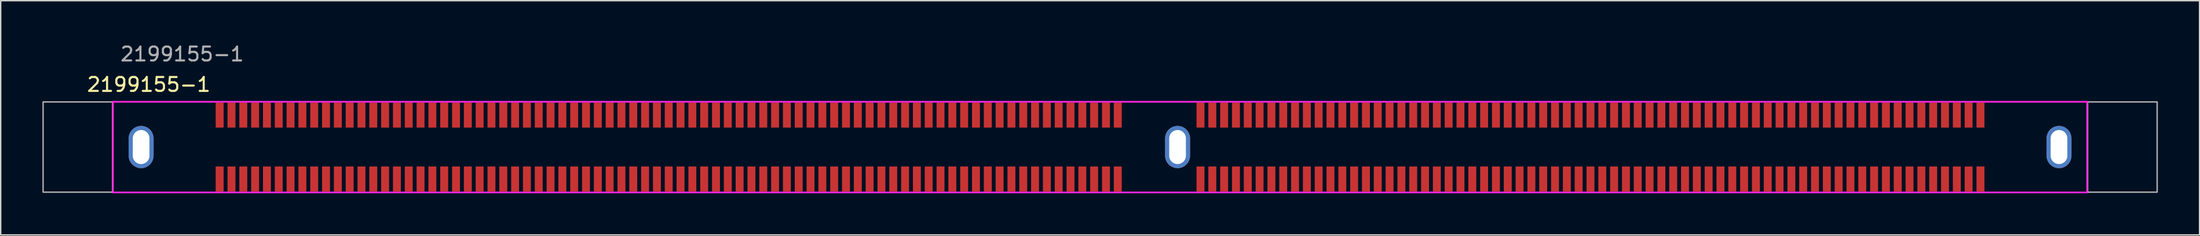
<source format=kicad_pcb>
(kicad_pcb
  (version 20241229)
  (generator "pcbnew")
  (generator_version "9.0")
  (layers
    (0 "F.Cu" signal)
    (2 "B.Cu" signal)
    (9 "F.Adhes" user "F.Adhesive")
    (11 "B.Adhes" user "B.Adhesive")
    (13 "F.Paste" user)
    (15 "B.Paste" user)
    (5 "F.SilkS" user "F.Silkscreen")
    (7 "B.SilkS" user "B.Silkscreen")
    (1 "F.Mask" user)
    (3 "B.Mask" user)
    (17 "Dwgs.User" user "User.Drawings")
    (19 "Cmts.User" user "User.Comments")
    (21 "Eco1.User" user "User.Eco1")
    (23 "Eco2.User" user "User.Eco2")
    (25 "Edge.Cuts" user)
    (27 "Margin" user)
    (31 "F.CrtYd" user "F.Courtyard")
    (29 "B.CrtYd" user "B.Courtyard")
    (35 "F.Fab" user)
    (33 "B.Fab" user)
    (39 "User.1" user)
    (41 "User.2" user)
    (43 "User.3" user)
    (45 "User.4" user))
  (footprint "2199155-1"
    (layer "F.Cu")
    (at 12.75 9.841)
    (property "Reference" "2199155-1" (at -5.1 -6.8 0) (layer "F.SilkS") (effects (font (size 1 1) (thickness 0.15))))
    (attr through_hole)
    (fp_line (start -7.675 -5.56) (end -7.675 0.97) (stroke (width 0.12) (type solid)) (layer "F.CrtYd"))
    (fp_line (start -7.675 -5.56) (end 134.325 -5.56) (stroke (width 0.12) (type solid)) (layer "F.CrtYd"))
    (fp_line (start -7.675 0.97) (end 134.325 0.97) (stroke (width 0.12) (type solid)) (layer "F.CrtYd"))
    (fp_line (start 134.325 -5.56) (end 134.325 0.97) (stroke (width 0.12) (type solid)) (layer "F.CrtYd"))
    (fp_poly (pts (xy -7.7 0.95) (xy -12.7 0.95) (xy -12.7 -5.55) (xy -7.7 -5.55)) (stroke (width 0.1) (type solid)) (fill no) (layer "F.Fab"))
    (fp_poly (pts (xy 139.36 0.95) (xy 134.36 0.95) (xy 134.36 -5.55) (xy 139.36 -5.55)) (stroke (width 0.1) (type solid)) (fill no) (layer "F.Fab"))
    (fp_text user "2199155-1" (at -2.7 -8.992 0) (layer "F.Fab") (effects (font (size 1 1) (thickness 0.15))))
    (pad "1" smd rect (at 0 0 90) (size 1.8 0.57) (layers "F.Cu" "F.Mask" "F.Paste"))
    (pad "2" smd rect (at 0.85 0 90) (size 1.8 0.57) (layers "F.Cu" "F.Mask" "F.Paste"))
    (pad "3" smd rect (at 1.7 0 90) (size 1.8 0.57) (layers "F.Cu" "F.Mask" "F.Paste"))
    (pad "4" smd rect (at 2.55 0 90) (size 1.8 0.57) (layers "F.Cu" "F.Mask" "F.Paste"))
    (pad "5" smd rect (at 3.4 0 90) (size 1.8 0.57) (layers "F.Cu" "F.Mask" "F.Paste"))
    (pad "6" smd rect (at 4.25 0 90) (size 1.8 0.57) (layers "F.Cu" "F.Mask" "F.Paste"))
    (pad "7" smd rect (at 5.1 0 90) (size 1.8 0.57) (layers "F.Cu" "F.Mask" "F.Paste"))
    (pad "8" smd rect (at 5.95 0 90) (size 1.8 0.57) (layers "F.Cu" "F.Mask" "F.Paste"))
    (pad "9" smd rect (at 6.8 0 90) (size 1.8 0.57) (layers "F.Cu" "F.Mask" "F.Paste"))
    (pad "10" smd rect (at 7.65 0 90) (size 1.8 0.57) (layers "F.Cu" "F.Mask" "F.Paste"))
    (pad "11" smd rect (at 8.5 0 90) (size 1.8 0.57) (layers "F.Cu" "F.Mask" "F.Paste"))
    (pad "12" smd rect (at 9.35 0 90) (size 1.8 0.57) (layers "F.Cu" "F.Mask" "F.Paste"))
    (pad "13" smd rect (at 10.2 0 90) (size 1.8 0.57) (layers "F.Cu" "F.Mask" "F.Paste"))
    (pad "14" smd rect (at 11.05 0 90) (size 1.8 0.57) (layers "F.Cu" "F.Mask" "F.Paste"))
    (pad "15" smd rect (at 11.9 0 90) (size 1.8 0.57) (layers "F.Cu" "F.Mask" "F.Paste"))
    (pad "16" smd rect (at 12.75 0 90) (size 1.8 0.57) (layers "F.Cu" "F.Mask" "F.Paste"))
    (pad "17" smd rect (at 13.6 0 90) (size 1.8 0.57) (layers "F.Cu" "F.Mask" "F.Paste"))
    (pad "18" smd rect (at 14.45 0 90) (size 1.8 0.57) (layers "F.Cu" "F.Mask" "F.Paste"))
    (pad "19" smd rect (at 15.3 0 90) (size 1.8 0.57) (layers "F.Cu" "F.Mask" "F.Paste"))
    (pad "20" smd rect (at 16.15 0 90) (size 1.8 0.57) (layers "F.Cu" "F.Mask" "F.Paste"))
    (pad "21" smd rect (at 17 0 90) (size 1.8 0.57) (layers "F.Cu" "F.Mask" "F.Paste"))
    (pad "22" smd rect (at 17.85 0 90) (size 1.8 0.57) (layers "F.Cu" "F.Mask" "F.Paste"))
    (pad "23" smd rect (at 18.7 0 90) (size 1.8 0.57) (layers "F.Cu" "F.Mask" "F.Paste"))
    (pad "24" smd rect (at 19.55 0 90) (size 1.8 0.57) (layers "F.Cu" "F.Mask" "F.Paste"))
    (pad "25" smd rect (at 20.4 0 90) (size 1.8 0.57) (layers "F.Cu" "F.Mask" "F.Paste"))
    (pad "26" smd rect (at 21.25 0 90) (size 1.8 0.57) (layers "F.Cu" "F.Mask" "F.Paste"))
    (pad "27" smd rect (at 22.1 0 90) (size 1.8 0.57) (layers "F.Cu" "F.Mask" "F.Paste"))
    (pad "28" smd rect (at 22.95 0 90) (size 1.8 0.57) (layers "F.Cu" "F.Mask" "F.Paste"))
    (pad "29" smd rect (at 23.8 0 90) (size 1.8 0.57) (layers "F.Cu" "F.Mask" "F.Paste"))
    (pad "30" smd rect (at 24.65 0 90) (size 1.8 0.57) (layers "F.Cu" "F.Mask" "F.Paste"))
    (pad "31" smd rect (at 25.5 0 90) (size 1.8 0.57) (layers "F.Cu" "F.Mask" "F.Paste"))
    (pad "32" smd rect (at 26.35 0 90) (size 1.8 0.57) (layers "F.Cu" "F.Mask" "F.Paste"))
    (pad "33" smd rect (at 27.2 0 90) (size 1.8 0.57) (layers "F.Cu" "F.Mask" "F.Paste"))
    (pad "34" smd rect (at 28.05 0 90) (size 1.8 0.57) (layers "F.Cu" "F.Mask" "F.Paste"))
    (pad "35" smd rect (at 28.9 0 90) (size 1.8 0.57) (layers "F.Cu" "F.Mask" "F.Paste"))
    (pad "36" smd rect (at 29.75 0 90) (size 1.8 0.57) (layers "F.Cu" "F.Mask" "F.Paste"))
    (pad "37" smd rect (at 30.6 0 90) (size 1.8 0.57) (layers "F.Cu" "F.Mask" "F.Paste"))
    (pad "38" smd rect (at 31.45 0 90) (size 1.8 0.57) (layers "F.Cu" "F.Mask" "F.Paste"))
    (pad "39" smd rect (at 32.3 0 90) (size 1.8 0.57) (layers "F.Cu" "F.Mask" "F.Paste"))
    (pad "40" smd rect (at 33.15 0 90) (size 1.8 0.57) (layers "F.Cu" "F.Mask" "F.Paste"))
    (pad "41" smd rect (at 34 0 90) (size 1.8 0.57) (layers "F.Cu" "F.Mask" "F.Paste"))
    (pad "42" smd rect (at 34.85 0 90) (size 1.8 0.57) (layers "F.Cu" "F.Mask" "F.Paste"))
    (pad "43" smd rect (at 35.7 0 90) (size 1.8 0.57) (layers "F.Cu" "F.Mask" "F.Paste"))
    (pad "44" smd rect (at 36.55 0 90) (size 1.8 0.57) (layers "F.Cu" "F.Mask" "F.Paste"))
    (pad "45" smd rect (at 37.4 0 90) (size 1.8 0.57) (layers "F.Cu" "F.Mask" "F.Paste"))
    (pad "46" smd rect (at 38.25 0 90) (size 1.8 0.57) (layers "F.Cu" "F.Mask" "F.Paste"))
    (pad "47" smd rect (at 39.1 0 90) (size 1.8 0.57) (layers "F.Cu" "F.Mask" "F.Paste"))
    (pad "48" smd rect (at 39.95 0 90) (size 1.8 0.57) (layers "F.Cu" "F.Mask" "F.Paste"))
    (pad "49" smd rect (at 40.8 0 90) (size 1.8 0.57) (layers "F.Cu" "F.Mask" "F.Paste"))
    (pad "50" smd rect (at 41.65 0 90) (size 1.8 0.57) (layers "F.Cu" "F.Mask" "F.Paste"))
    (pad "51" smd rect (at 42.5 0 90) (size 1.8 0.57) (layers "F.Cu" "F.Mask" "F.Paste"))
    (pad "52" smd rect (at 43.35 0 90) (size 1.8 0.57) (layers "F.Cu" "F.Mask" "F.Paste"))
    (pad "53" smd rect (at 44.2 0 90) (size 1.8 0.57) (layers "F.Cu" "F.Mask" "F.Paste"))
    (pad "54" smd rect (at 45.05 0 90) (size 1.8 0.57) (layers "F.Cu" "F.Mask" "F.Paste"))
    (pad "55" smd rect (at 45.9 0 90) (size 1.8 0.57) (layers "F.Cu" "F.Mask" "F.Paste"))
    (pad "56" smd rect (at 46.75 0 90) (size 1.8 0.57) (layers "F.Cu" "F.Mask" "F.Paste"))
    (pad "57" smd rect (at 47.6 0 90) (size 1.8 0.57) (layers "F.Cu" "F.Mask" "F.Paste"))
    (pad "58" smd rect (at 48.45 0 90) (size 1.8 0.57) (layers "F.Cu" "F.Mask" "F.Paste"))
    (pad "59" smd rect (at 49.3 0 90) (size 1.8 0.57) (layers "F.Cu" "F.Mask" "F.Paste"))
    (pad "60" smd rect (at 50.15 0 90) (size 1.8 0.57) (layers "F.Cu" "F.Mask" "F.Paste"))
    (pad "61" smd rect (at 51 0 90) (size 1.8 0.57) (layers "F.Cu" "F.Mask" "F.Paste"))
    (pad "62" smd rect (at 51.85 0 90) (size 1.8 0.57) (layers "F.Cu" "F.Mask" "F.Paste"))
    (pad "63" smd rect (at 52.7 0 90) (size 1.8 0.57) (layers "F.Cu" "F.Mask" "F.Paste"))
    (pad "64" smd rect (at 53.55 0 90) (size 1.8 0.57) (layers "F.Cu" "F.Mask" "F.Paste"))
    (pad "65" smd rect (at 54.4 0 90) (size 1.8 0.57) (layers "F.Cu" "F.Mask" "F.Paste"))
    (pad "66" smd rect (at 55.25 0 90) (size 1.8 0.57) (layers "F.Cu" "F.Mask" "F.Paste"))
    (pad "67" smd rect (at 56.1 0 90) (size 1.8 0.57) (layers "F.Cu" "F.Mask" "F.Paste"))
    (pad "68" smd rect (at 56.95 0 90) (size 1.8 0.57) (layers "F.Cu" "F.Mask" "F.Paste"))
    (pad "69" smd rect (at 57.8 0 90) (size 1.8 0.57) (layers "F.Cu" "F.Mask" "F.Paste"))
    (pad "70" smd rect (at 58.65 0 90) (size 1.8 0.57) (layers "F.Cu" "F.Mask" "F.Paste"))
    (pad "71" smd rect (at 59.5 0 90) (size 1.8 0.57) (layers "F.Cu" "F.Mask" "F.Paste"))
    (pad "72" smd rect (at 60.35 0 90) (size 1.8 0.57) (layers "F.Cu" "F.Mask" "F.Paste"))
    (pad "73" smd rect (at 61.2 0 90) (size 1.8 0.57) (layers "F.Cu" "F.Mask" "F.Paste"))
    (pad "74" smd rect (at 62.05 0 90) (size 1.8 0.57) (layers "F.Cu" "F.Mask" "F.Paste"))
    (pad "75" smd rect (at 62.9 0 90) (size 1.8 0.57) (layers "F.Cu" "F.Mask" "F.Paste"))
    (pad "76" smd rect (at 63.75 0 90) (size 1.8 0.57) (layers "F.Cu" "F.Mask" "F.Paste"))
    (pad "77" smd rect (at 64.6 0 90) (size 1.8 0.57) (layers "F.Cu" "F.Mask" "F.Paste"))
    (pad "78" smd rect (at 70.55 0 90) (size 1.8 0.57) (layers "F.Cu" "F.Mask" "F.Paste"))
    (pad "79" smd rect (at 71.4 0 90) (size 1.8 0.57) (layers "F.Cu" "F.Mask" "F.Paste"))
    (pad "80" smd rect (at 72.25 0 90) (size 1.8 0.57) (layers "F.Cu" "F.Mask" "F.Paste"))
    (pad "81" smd rect (at 73.1 0 90) (size 1.8 0.57) (layers "F.Cu" "F.Mask" "F.Paste"))
    (pad "82" smd rect (at 73.95 0 90) (size 1.8 0.57) (layers "F.Cu" "F.Mask" "F.Paste"))
    (pad "83" smd rect (at 74.8 0 90) (size 1.8 0.57) (layers "F.Cu" "F.Mask" "F.Paste"))
    (pad "84" smd rect (at 75.65 0 90) (size 1.8 0.57) (layers "F.Cu" "F.Mask" "F.Paste"))
    (pad "85" smd rect (at 76.5 0 90) (size 1.8 0.57) (layers "F.Cu" "F.Mask" "F.Paste"))
    (pad "86" smd rect (at 77.35 0 90) (size 1.8 0.57) (layers "F.Cu" "F.Mask" "F.Paste"))
    (pad "87" smd rect (at 78.2 0 90) (size 1.8 0.57) (layers "F.Cu" "F.Mask" "F.Paste"))
    (pad "88" smd rect (at 79.05 0 90) (size 1.8 0.57) (layers "F.Cu" "F.Mask" "F.Paste"))
    (pad "89" smd rect (at 79.9 0 90) (size 1.8 0.57) (layers "F.Cu" "F.Mask" "F.Paste"))
    (pad "90" smd rect (at 80.75 0 90) (size 1.8 0.57) (layers "F.Cu" "F.Mask" "F.Paste"))
    (pad "91" smd rect (at 81.6 0 90) (size 1.8 0.57) (layers "F.Cu" "F.Mask" "F.Paste"))
    (pad "92" smd rect (at 82.45 0 90) (size 1.8 0.57) (layers "F.Cu" "F.Mask" "F.Paste"))
    (pad "93" smd rect (at 83.3 0 90) (size 1.8 0.57) (layers "F.Cu" "F.Mask" "F.Paste"))
    (pad "94" smd rect (at 84.15 0 90) (size 1.8 0.57) (layers "F.Cu" "F.Mask" "F.Paste"))
    (pad "95" smd rect (at 85 0 90) (size 1.8 0.57) (layers "F.Cu" "F.Mask" "F.Paste"))
    (pad "96" smd rect (at 85.85 0 90) (size 1.8 0.57) (layers "F.Cu" "F.Mask" "F.Paste"))
    (pad "97" smd rect (at 86.7 0 90) (size 1.8 0.57) (layers "F.Cu" "F.Mask" "F.Paste"))
    (pad "98" smd rect (at 87.55 0 90) (size 1.8 0.57) (layers "F.Cu" "F.Mask" "F.Paste"))
    (pad "99" smd rect (at 88.4 0 90) (size 1.8 0.57) (layers "F.Cu" "F.Mask" "F.Paste"))
    (pad "100" smd rect (at 89.25 0 90) (size 1.8 0.57) (layers "F.Cu" "F.Mask" "F.Paste"))
    (pad "101" smd rect (at 90.1 0 90) (size 1.8 0.57) (layers "F.Cu" "F.Mask" "F.Paste"))
    (pad "102" smd rect (at 90.95 0 90) (size 1.8 0.57) (layers "F.Cu" "F.Mask" "F.Paste"))
    (pad "103" smd rect (at 91.8 0 90) (size 1.8 0.57) (layers "F.Cu" "F.Mask" "F.Paste"))
    (pad "104" smd rect (at 92.65 0 90) (size 1.8 0.57) (layers "F.Cu" "F.Mask" "F.Paste"))
    (pad "105" smd rect (at 93.5 0 90) (size 1.8 0.57) (layers "F.Cu" "F.Mask" "F.Paste"))
    (pad "106" smd rect (at 94.35 0 90) (size 1.8 0.57) (layers "F.Cu" "F.Mask" "F.Paste"))
    (pad "107" smd rect (at 95.2 0 90) (size 1.8 0.57) (layers "F.Cu" "F.Mask" "F.Paste"))
    (pad "108" smd rect (at 96.05 0 90) (size 1.8 0.57) (layers "F.Cu" "F.Mask" "F.Paste"))
    (pad "109" smd rect (at 96.9 0 90) (size 1.8 0.57) (layers "F.Cu" "F.Mask" "F.Paste"))
    (pad "110" smd rect (at 97.75 0 90) (size 1.8 0.57) (layers "F.Cu" "F.Mask" "F.Paste"))
    (pad "111" smd rect (at 98.6 0 90) (size 1.8 0.57) (layers "F.Cu" "F.Mask" "F.Paste"))
    (pad "112" smd rect (at 99.45 0 90) (size 1.8 0.57) (layers "F.Cu" "F.Mask" "F.Paste"))
    (pad "113" smd rect (at 100.3 0 90) (size 1.8 0.57) (layers "F.Cu" "F.Mask" "F.Paste"))
    (pad "114" smd rect (at 101.15 0 90) (size 1.8 0.57) (layers "F.Cu" "F.Mask" "F.Paste"))
    (pad "115" smd rect (at 102 0 90) (size 1.8 0.57) (layers "F.Cu" "F.Mask" "F.Paste"))
    (pad "116" smd rect (at 102.85 0 90) (size 1.8 0.57) (layers "F.Cu" "F.Mask" "F.Paste"))
    (pad "117" smd rect (at 103.7 0 90) (size 1.8 0.57) (layers "F.Cu" "F.Mask" "F.Paste"))
    (pad "118" smd rect (at 104.55 0 90) (size 1.8 0.57) (layers "F.Cu" "F.Mask" "F.Paste"))
    (pad "119" smd rect (at 105.4 0 90) (size 1.8 0.57) (layers "F.Cu" "F.Mask" "F.Paste"))
    (pad "120" smd rect (at 106.25 0 90) (size 1.8 0.57) (layers "F.Cu" "F.Mask" "F.Paste"))
    (pad "121" smd rect (at 107.1 0 90) (size 1.8 0.57) (layers "F.Cu" "F.Mask" "F.Paste"))
    (pad "122" smd rect (at 107.95 0 90) (size 1.8 0.57) (layers "F.Cu" "F.Mask" "F.Paste"))
    (pad "123" smd rect (at 108.8 0 90) (size 1.8 0.57) (layers "F.Cu" "F.Mask" "F.Paste"))
    (pad "124" smd rect (at 109.65 0 90) (size 1.8 0.57) (layers "F.Cu" "F.Mask" "F.Paste"))
    (pad "125" smd rect (at 110.5 0 90) (size 1.8 0.57) (layers "F.Cu" "F.Mask" "F.Paste"))
    (pad "126" smd rect (at 111.35 0 90) (size 1.8 0.57) (layers "F.Cu" "F.Mask" "F.Paste"))
    (pad "127" smd rect (at 112.2 0 90) (size 1.8 0.57) (layers "F.Cu" "F.Mask" "F.Paste"))
    (pad "128" smd rect (at 113.05 0 90) (size 1.8 0.57) (layers "F.Cu" "F.Mask" "F.Paste"))
    (pad "129" smd rect (at 113.9 0 90) (size 1.8 0.57) (layers "F.Cu" "F.Mask" "F.Paste"))
    (pad "130" smd rect (at 114.75 0 90) (size 1.8 0.57) (layers "F.Cu" "F.Mask" "F.Paste"))
    (pad "131" smd rect (at 115.6 0 90) (size 1.8 0.57) (layers "F.Cu" "F.Mask" "F.Paste"))
    (pad "132" smd rect (at 116.45 0 90) (size 1.8 0.57) (layers "F.Cu" "F.Mask" "F.Paste"))
    (pad "133" smd rect (at 117.3 0 90) (size 1.8 0.57) (layers "F.Cu" "F.Mask" "F.Paste"))
    (pad "134" smd rect (at 118.15 0 90) (size 1.8 0.57) (layers "F.Cu" "F.Mask" "F.Paste"))
    (pad "135" smd rect (at 119 0 90) (size 1.8 0.57) (layers "F.Cu" "F.Mask" "F.Paste"))
    (pad "136" smd rect (at 119.85 0 90) (size 1.8 0.57) (layers "F.Cu" "F.Mask" "F.Paste"))
    (pad "137" smd rect (at 120.7 0 90) (size 1.8 0.57) (layers "F.Cu" "F.Mask" "F.Paste"))
    (pad "138" smd rect (at 121.55 0 90) (size 1.8 0.57) (layers "F.Cu" "F.Mask" "F.Paste"))
    (pad "139" smd rect (at 122.4 0 90) (size 1.8 0.57) (layers "F.Cu" "F.Mask" "F.Paste"))
    (pad "140" smd rect (at 123.25 0 90) (size 1.8 0.57) (layers "F.Cu" "F.Mask" "F.Paste"))
    (pad "141" smd rect (at 124.1 0 90) (size 1.8 0.57) (layers "F.Cu" "F.Mask" "F.Paste"))
    (pad "142" smd rect (at 124.95 0 90) (size 1.8 0.57) (layers "F.Cu" "F.Mask" "F.Paste"))
    (pad "143" smd rect (at 125.8 0 90) (size 1.8 0.57) (layers "F.Cu" "F.Mask" "F.Paste"))
    (pad "144" smd rect (at 126.65 0 90) (size 1.8 0.57) (layers "F.Cu" "F.Mask" "F.Paste"))
    (pad "145" smd rect (at 0 -4.6 90) (size 1.8 0.57) (layers "F.Cu" "F.Mask" "F.Paste"))
    (pad "146" smd rect (at 0.85 -4.6 90) (size 1.8 0.57) (layers "F.Cu" "F.Mask" "F.Paste"))
    (pad "147" smd rect (at 1.7 -4.6 90) (size 1.8 0.57) (layers "F.Cu" "F.Mask" "F.Paste"))
    (pad "148" smd rect (at 2.55 -4.6 90) (size 1.8 0.57) (layers "F.Cu" "F.Mask" "F.Paste"))
    (pad "149" smd rect (at 3.4 -4.6 90) (size 1.8 0.57) (layers "F.Cu" "F.Mask" "F.Paste"))
    (pad "150" smd rect (at 4.25 -4.6 90) (size 1.8 0.57) (layers "F.Cu" "F.Mask" "F.Paste"))
    (pad "151" smd rect (at 5.1 -4.6 90) (size 1.8 0.57) (layers "F.Cu" "F.Mask" "F.Paste"))
    (pad "152" smd rect (at 5.95 -4.6 90) (size 1.8 0.57) (layers "F.Cu" "F.Mask" "F.Paste"))
    (pad "153" smd rect (at 6.8 -4.6 90) (size 1.8 0.57) (layers "F.Cu" "F.Mask" "F.Paste"))
    (pad "154" smd rect (at 7.65 -4.6 90) (size 1.8 0.57) (layers "F.Cu" "F.Mask" "F.Paste"))
    (pad "155" smd rect (at 8.5 -4.6 90) (size 1.8 0.57) (layers "F.Cu" "F.Mask" "F.Paste"))
    (pad "156" smd rect (at 9.35 -4.6 90) (size 1.8 0.57) (layers "F.Cu" "F.Mask" "F.Paste"))
    (pad "157" smd rect (at 10.2 -4.6 90) (size 1.8 0.57) (layers "F.Cu" "F.Mask" "F.Paste"))
    (pad "158" smd rect (at 11.05 -4.6 90) (size 1.8 0.57) (layers "F.Cu" "F.Mask" "F.Paste"))
    (pad "159" smd rect (at 11.9 -4.6 90) (size 1.8 0.57) (layers "F.Cu" "F.Mask" "F.Paste"))
    (pad "160" smd rect (at 12.75 -4.6 90) (size 1.8 0.57) (layers "F.Cu" "F.Mask" "F.Paste"))
    (pad "161" smd rect (at 13.6 -4.6 90) (size 1.8 0.57) (layers "F.Cu" "F.Mask" "F.Paste"))
    (pad "162" smd rect (at 14.45 -4.6 90) (size 1.8 0.57) (layers "F.Cu" "F.Mask" "F.Paste"))
    (pad "163" smd rect (at 15.3 -4.6 90) (size 1.8 0.57) (layers "F.Cu" "F.Mask" "F.Paste"))
    (pad "164" smd rect (at 16.15 -4.6 90) (size 1.8 0.57) (layers "F.Cu" "F.Mask" "F.Paste"))
    (pad "165" smd rect (at 17 -4.6 90) (size 1.8 0.57) (layers "F.Cu" "F.Mask" "F.Paste"))
    (pad "166" smd rect (at 17.85 -4.6 90) (size 1.8 0.57) (layers "F.Cu" "F.Mask" "F.Paste"))
    (pad "167" smd rect (at 18.7 -4.6 90) (size 1.8 0.57) (layers "F.Cu" "F.Mask" "F.Paste"))
    (pad "168" smd rect (at 19.55 -4.6 90) (size 1.8 0.57) (layers "F.Cu" "F.Mask" "F.Paste"))
    (pad "169" smd rect (at 20.4 -4.6 90) (size 1.8 0.57) (layers "F.Cu" "F.Mask" "F.Paste"))
    (pad "170" smd rect (at 21.25 -4.6 90) (size 1.8 0.57) (layers "F.Cu" "F.Mask" "F.Paste"))
    (pad "171" smd rect (at 22.1 -4.6 90) (size 1.8 0.57) (layers "F.Cu" "F.Mask" "F.Paste"))
    (pad "172" smd rect (at 22.95 -4.6 90) (size 1.8 0.57) (layers "F.Cu" "F.Mask" "F.Paste"))
    (pad "173" smd rect (at 23.8 -4.6 90) (size 1.8 0.57) (layers "F.Cu" "F.Mask" "F.Paste"))
    (pad "174" smd rect (at 24.65 -4.6 90) (size 1.8 0.57) (layers "F.Cu" "F.Mask" "F.Paste"))
    (pad "175" smd rect (at 25.5 -4.6 90) (size 1.8 0.57) (layers "F.Cu" "F.Mask" "F.Paste"))
    (pad "176" smd rect (at 26.35 -4.6 90) (size 1.8 0.57) (layers "F.Cu" "F.Mask" "F.Paste"))
    (pad "177" smd rect (at 27.2 -4.6 90) (size 1.8 0.57) (layers "F.Cu" "F.Mask" "F.Paste"))
    (pad "178" smd rect (at 28.05 -4.6 90) (size 1.8 0.57) (layers "F.Cu" "F.Mask" "F.Paste"))
    (pad "179" smd rect (at 28.9 -4.6 90) (size 1.8 0.57) (layers "F.Cu" "F.Mask" "F.Paste"))
    (pad "180" smd rect (at 29.75 -4.6 90) (size 1.8 0.57) (layers "F.Cu" "F.Mask" "F.Paste"))
    (pad "181" smd rect (at 30.6 -4.6 90) (size 1.8 0.57) (layers "F.Cu" "F.Mask" "F.Paste"))
    (pad "182" smd rect (at 31.45 -4.6 90) (size 1.8 0.57) (layers "F.Cu" "F.Mask" "F.Paste"))
    (pad "183" smd rect (at 32.3 -4.6 90) (size 1.8 0.57) (layers "F.Cu" "F.Mask" "F.Paste"))
    (pad "184" smd rect (at 33.15 -4.6 90) (size 1.8 0.57) (layers "F.Cu" "F.Mask" "F.Paste"))
    (pad "185" smd rect (at 34 -4.6 90) (size 1.8 0.57) (layers "F.Cu" "F.Mask" "F.Paste"))
    (pad "186" smd rect (at 34.85 -4.6 90) (size 1.8 0.57) (layers "F.Cu" "F.Mask" "F.Paste"))
    (pad "187" smd rect (at 35.7 -4.6 90) (size 1.8 0.57) (layers "F.Cu" "F.Mask" "F.Paste"))
    (pad "188" smd rect (at 36.55 -4.6 90) (size 1.8 0.57) (layers "F.Cu" "F.Mask" "F.Paste"))
    (pad "189" smd rect (at 37.4 -4.6 90) (size 1.8 0.57) (layers "F.Cu" "F.Mask" "F.Paste"))
    (pad "190" smd rect (at 38.25 -4.6 90) (size 1.8 0.57) (layers "F.Cu" "F.Mask" "F.Paste"))
    (pad "191" smd rect (at 39.1 -4.6 90) (size 1.8 0.57) (layers "F.Cu" "F.Mask" "F.Paste"))
    (pad "192" smd rect (at 39.95 -4.6 90) (size 1.8 0.57) (layers "F.Cu" "F.Mask" "F.Paste"))
    (pad "193" smd rect (at 40.8 -4.6 90) (size 1.8 0.57) (layers "F.Cu" "F.Mask" "F.Paste"))
    (pad "194" smd rect (at 41.65 -4.6 90) (size 1.8 0.57) (layers "F.Cu" "F.Mask" "F.Paste"))
    (pad "195" smd rect (at 42.5 -4.6 90) (size 1.8 0.57) (layers "F.Cu" "F.Mask" "F.Paste"))
    (pad "196" smd rect (at 43.35 -4.6 90) (size 1.8 0.57) (layers "F.Cu" "F.Mask" "F.Paste"))
    (pad "197" smd rect (at 44.2 -4.6 90) (size 1.8 0.57) (layers "F.Cu" "F.Mask" "F.Paste"))
    (pad "198" smd rect (at 45.05 -4.6 90) (size 1.8 0.57) (layers "F.Cu" "F.Mask" "F.Paste"))
    (pad "199" smd rect (at 45.9 -4.6 90) (size 1.8 0.57) (layers "F.Cu" "F.Mask" "F.Paste"))
    (pad "200" smd rect (at 46.75 -4.6 90) (size 1.8 0.57) (layers "F.Cu" "F.Mask" "F.Paste"))
    (pad "201" smd rect (at 47.6 -4.6 90) (size 1.8 0.57) (layers "F.Cu" "F.Mask" "F.Paste"))
    (pad "202" smd rect (at 48.45 -4.6 90) (size 1.8 0.57) (layers "F.Cu" "F.Mask" "F.Paste"))
    (pad "203" smd rect (at 49.3 -4.6 90) (size 1.8 0.57) (layers "F.Cu" "F.Mask" "F.Paste"))
    (pad "204" smd rect (at 50.15 -4.6 90) (size 1.8 0.57) (layers "F.Cu" "F.Mask" "F.Paste"))
    (pad "205" smd rect (at 51 -4.6 90) (size 1.8 0.57) (layers "F.Cu" "F.Mask" "F.Paste"))
    (pad "206" smd rect (at 51.85 -4.6 90) (size 1.8 0.57) (layers "F.Cu" "F.Mask" "F.Paste"))
    (pad "207" smd rect (at 52.7 -4.6 90) (size 1.8 0.57) (layers "F.Cu" "F.Mask" "F.Paste"))
    (pad "208" smd rect (at 53.55 -4.6 90) (size 1.8 0.57) (layers "F.Cu" "F.Mask" "F.Paste"))
    (pad "209" smd rect (at 54.4 -4.6 90) (size 1.8 0.57) (layers "F.Cu" "F.Mask" "F.Paste"))
    (pad "210" smd rect (at 55.25 -4.6 90) (size 1.8 0.57) (layers "F.Cu" "F.Mask" "F.Paste"))
    (pad "211" smd rect (at 56.1 -4.6 90) (size 1.8 0.57) (layers "F.Cu" "F.Mask" "F.Paste"))
    (pad "212" smd rect (at 56.95 -4.6 90) (size 1.8 0.57) (layers "F.Cu" "F.Mask" "F.Paste"))
    (pad "213" smd rect (at 57.8 -4.6 90) (size 1.8 0.57) (layers "F.Cu" "F.Mask" "F.Paste"))
    (pad "214" smd rect (at 58.65 -4.6 90) (size 1.8 0.57) (layers "F.Cu" "F.Mask" "F.Paste"))
    (pad "215" smd rect (at 59.5 -4.6 90) (size 1.8 0.57) (layers "F.Cu" "F.Mask" "F.Paste"))
    (pad "216" smd rect (at 60.35 -4.6 90) (size 1.8 0.57) (layers "F.Cu" "F.Mask" "F.Paste"))
    (pad "217" smd rect (at 61.2 -4.6 90) (size 1.8 0.57) (layers "F.Cu" "F.Mask" "F.Paste"))
    (pad "218" smd rect (at 62.05 -4.6 90) (size 1.8 0.57) (layers "F.Cu" "F.Mask" "F.Paste"))
    (pad "219" smd rect (at 62.9 -4.6 90) (size 1.8 0.57) (layers "F.Cu" "F.Mask" "F.Paste"))
    (pad "220" smd rect (at 63.75 -4.6 90) (size 1.8 0.57) (layers "F.Cu" "F.Mask" "F.Paste"))
    (pad "221" smd rect (at 64.6 -4.6 90) (size 1.8 0.57) (layers "F.Cu" "F.Mask" "F.Paste"))
    (pad "222" smd rect (at 70.55 -4.6 90) (size 1.8 0.57) (layers "F.Cu" "F.Mask" "F.Paste"))
    (pad "223" smd rect (at 71.4 -4.6 90) (size 1.8 0.57) (layers "F.Cu" "F.Mask" "F.Paste"))
    (pad "224" smd rect (at 72.25 -4.6 90) (size 1.8 0.57) (layers "F.Cu" "F.Mask" "F.Paste"))
    (pad "225" smd rect (at 73.1 -4.6 90) (size 1.8 0.57) (layers "F.Cu" "F.Mask" "F.Paste"))
    (pad "226" smd rect (at 73.95 -4.6 90) (size 1.8 0.57) (layers "F.Cu" "F.Mask" "F.Paste"))
    (pad "227" smd rect (at 74.8 -4.6 90) (size 1.8 0.57) (layers "F.Cu" "F.Mask" "F.Paste"))
    (pad "228" smd rect (at 75.65 -4.6 90) (size 1.8 0.57) (layers "F.Cu" "F.Mask" "F.Paste"))
    (pad "229" smd rect (at 76.5 -4.6 90) (size 1.8 0.57) (layers "F.Cu" "F.Mask" "F.Paste"))
    (pad "230" smd rect (at 77.35 -4.6 90) (size 1.8 0.57) (layers "F.Cu" "F.Mask" "F.Paste"))
    (pad "231" smd rect (at 78.2 -4.6 90) (size 1.8 0.57) (layers "F.Cu" "F.Mask" "F.Paste"))
    (pad "232" smd rect (at 79.05 -4.6 90) (size 1.8 0.57) (layers "F.Cu" "F.Mask" "F.Paste"))
    (pad "233" smd rect (at 79.9 -4.6 90) (size 1.8 0.57) (layers "F.Cu" "F.Mask" "F.Paste"))
    (pad "234" smd rect (at 80.75 -4.6 90) (size 1.8 0.57) (layers "F.Cu" "F.Mask" "F.Paste"))
    (pad "235" smd rect (at 81.6 -4.6 90) (size 1.8 0.57) (layers "F.Cu" "F.Mask" "F.Paste"))
    (pad "236" smd rect (at 82.45 -4.6 90) (size 1.8 0.57) (layers "F.Cu" "F.Mask" "F.Paste"))
    (pad "237" smd rect (at 83.3 -4.6 90) (size 1.8 0.57) (layers "F.Cu" "F.Mask" "F.Paste"))
    (pad "238" smd rect (at 84.15 -4.6 90) (size 1.8 0.57) (layers "F.Cu" "F.Mask" "F.Paste"))
    (pad "239" smd rect (at 85 -4.6 90) (size 1.8 0.57) (layers "F.Cu" "F.Mask" "F.Paste"))
    (pad "240" smd rect (at 85.85 -4.6 90) (size 1.8 0.57) (layers "F.Cu" "F.Mask" "F.Paste"))
    (pad "241" smd rect (at 86.7 -4.6 90) (size 1.8 0.57) (layers "F.Cu" "F.Mask" "F.Paste"))
    (pad "242" smd rect (at 87.55 -4.6 90) (size 1.8 0.57) (layers "F.Cu" "F.Mask" "F.Paste"))
    (pad "243" smd rect (at 88.4 -4.6 90) (size 1.8 0.57) (layers "F.Cu" "F.Mask" "F.Paste"))
    (pad "244" smd rect (at 89.25 -4.6 90) (size 1.8 0.57) (layers "F.Cu" "F.Mask" "F.Paste"))
    (pad "245" smd rect (at 90.1 -4.6 90) (size 1.8 0.57) (layers "F.Cu" "F.Mask" "F.Paste"))
    (pad "246" smd rect (at 90.95 -4.6 90) (size 1.8 0.57) (layers "F.Cu" "F.Mask" "F.Paste"))
    (pad "247" smd rect (at 91.8 -4.6 90) (size 1.8 0.57) (layers "F.Cu" "F.Mask" "F.Paste"))
    (pad "248" smd rect (at 92.65 -4.6 90) (size 1.8 0.57) (layers "F.Cu" "F.Mask" "F.Paste"))
    (pad "249" smd rect (at 93.5 -4.6 90) (size 1.8 0.57) (layers "F.Cu" "F.Mask" "F.Paste"))
    (pad "250" smd rect (at 94.35 -4.6 90) (size 1.8 0.57) (layers "F.Cu" "F.Mask" "F.Paste"))
    (pad "251" smd rect (at 95.2 -4.6 90) (size 1.8 0.57) (layers "F.Cu" "F.Mask" "F.Paste"))
    (pad "252" smd rect (at 96.05 -4.6 90) (size 1.8 0.57) (layers "F.Cu" "F.Mask" "F.Paste"))
    (pad "253" smd rect (at 96.9 -4.6 90) (size 1.8 0.57) (layers "F.Cu" "F.Mask" "F.Paste"))
    (pad "254" smd rect (at 97.75 -4.6 90) (size 1.8 0.57) (layers "F.Cu" "F.Mask" "F.Paste"))
    (pad "255" smd rect (at 98.6 -4.6 90) (size 1.8 0.57) (layers "F.Cu" "F.Mask" "F.Paste"))
    (pad "256" smd rect (at 99.45 -4.6 90) (size 1.8 0.57) (layers "F.Cu" "F.Mask" "F.Paste"))
    (pad "257" smd rect (at 100.3 -4.6 90) (size 1.8 0.57) (layers "F.Cu" "F.Mask" "F.Paste"))
    (pad "258" smd rect (at 101.15 -4.6 90) (size 1.8 0.57) (layers "F.Cu" "F.Mask" "F.Paste"))
    (pad "259" smd rect (at 102 -4.6 90) (size 1.8 0.57) (layers "F.Cu" "F.Mask" "F.Paste"))
    (pad "260" smd rect (at 102.85 -4.6 90) (size 1.8 0.57) (layers "F.Cu" "F.Mask" "F.Paste"))
    (pad "261" smd rect (at 103.7 -4.6 90) (size 1.8 0.57) (layers "F.Cu" "F.Mask" "F.Paste"))
    (pad "262" smd rect (at 104.55 -4.6 90) (size 1.8 0.57) (layers "F.Cu" "F.Mask" "F.Paste"))
    (pad "263" smd rect (at 105.4 -4.6 90) (size 1.8 0.57) (layers "F.Cu" "F.Mask" "F.Paste"))
    (pad "264" smd rect (at 106.25 -4.6 90) (size 1.8 0.57) (layers "F.Cu" "F.Mask" "F.Paste"))
    (pad "265" smd rect (at 107.1 -4.6 90) (size 1.8 0.57) (layers "F.Cu" "F.Mask" "F.Paste"))
    (pad "266" smd rect (at 107.95 -4.6 90) (size 1.8 0.57) (layers "F.Cu" "F.Mask" "F.Paste"))
    (pad "267" smd rect (at 108.8 -4.6 90) (size 1.8 0.57) (layers "F.Cu" "F.Mask" "F.Paste"))
    (pad "268" smd rect (at 109.65 -4.6 90) (size 1.8 0.57) (layers "F.Cu" "F.Mask" "F.Paste"))
    (pad "269" smd rect (at 110.5 -4.6 90) (size 1.8 0.57) (layers "F.Cu" "F.Mask" "F.Paste"))
    (pad "270" smd rect (at 111.35 -4.6 90) (size 1.8 0.57) (layers "F.Cu" "F.Mask" "F.Paste"))
    (pad "271" smd rect (at 112.2 -4.6 90) (size 1.8 0.57) (layers "F.Cu" "F.Mask" "F.Paste"))
    (pad "272" smd rect (at 113.05 -4.6 90) (size 1.8 0.57) (layers "F.Cu" "F.Mask" "F.Paste"))
    (pad "273" smd rect (at 113.9 -4.6 90) (size 1.8 0.57) (layers "F.Cu" "F.Mask" "F.Paste"))
    (pad "274" smd rect (at 114.75 -4.6 90) (size 1.8 0.57) (layers "F.Cu" "F.Mask" "F.Paste"))
    (pad "275" smd rect (at 115.6 -4.6 90) (size 1.8 0.57) (layers "F.Cu" "F.Mask" "F.Paste"))
    (pad "276" smd rect (at 116.45 -4.6 90) (size 1.8 0.57) (layers "F.Cu" "F.Mask" "F.Paste"))
    (pad "277" smd rect (at 117.3 -4.6 90) (size 1.8 0.57) (layers "F.Cu" "F.Mask" "F.Paste"))
    (pad "278" smd rect (at 118.15 -4.6 90) (size 1.8 0.57) (layers "F.Cu" "F.Mask" "F.Paste"))
    (pad "279" smd rect (at 119 -4.6 90) (size 1.8 0.57) (layers "F.Cu" "F.Mask" "F.Paste"))
    (pad "280" smd rect (at 119.85 -4.6 90) (size 1.8 0.57) (layers "F.Cu" "F.Mask" "F.Paste"))
    (pad "281" smd rect (at 120.7 -4.6 90) (size 1.8 0.57) (layers "F.Cu" "F.Mask" "F.Paste"))
    (pad "282" smd rect (at 121.55 -4.6 90) (size 1.8 0.57) (layers "F.Cu" "F.Mask" "F.Paste"))
    (pad "283" smd rect (at 122.4 -4.6 90) (size 1.8 0.57) (layers "F.Cu" "F.Mask" "F.Paste"))
    (pad "284" smd rect (at 123.25 -4.6 90) (size 1.8 0.57) (layers "F.Cu" "F.Mask" "F.Paste"))
    (pad "285" smd rect (at 124.1 -4.6 90) (size 1.8 0.57) (layers "F.Cu" "F.Mask" "F.Paste"))
    (pad "286" smd rect (at 124.95 -4.6 90) (size 1.8 0.57) (layers "F.Cu" "F.Mask" "F.Paste"))
    (pad "287" smd rect (at 125.8 -4.6 90) (size 1.8 0.57) (layers "F.Cu" "F.Mask" "F.Paste"))
    (pad "288" smd rect (at 126.65 -4.6 90) (size 1.8 0.57) (layers "F.Cu" "F.Mask" "F.Paste"))
    (pad "M" thru_hole roundrect (at -5.65 -2.3 180) (size 1.8 3.05) (drill oval 1.2 2.45) (layers "*.Cu" "*.Mask") (roundrect_rratio 0.5))
    (pad "M" thru_hole roundrect (at 68.9 -2.3 180) (size 1.8 3.05) (drill oval 1.2 2.45) (layers "*.Cu" "*.Mask") (roundrect_rratio 0.5))
    (pad "M" thru_hole roundrect (at 132.3 -2.3 180) (size 1.8 3.05) (drill oval 1.2 2.45) (layers "*.Cu" "*.Mask") (roundrect_rratio 0.5)))
  (gr_rect
    (start -3 -3)
    (end 155.16 13.871)
    (stroke (width 0.1) (type default))
    (fill no)
    (layer "Edge.Cuts")))
</source>
